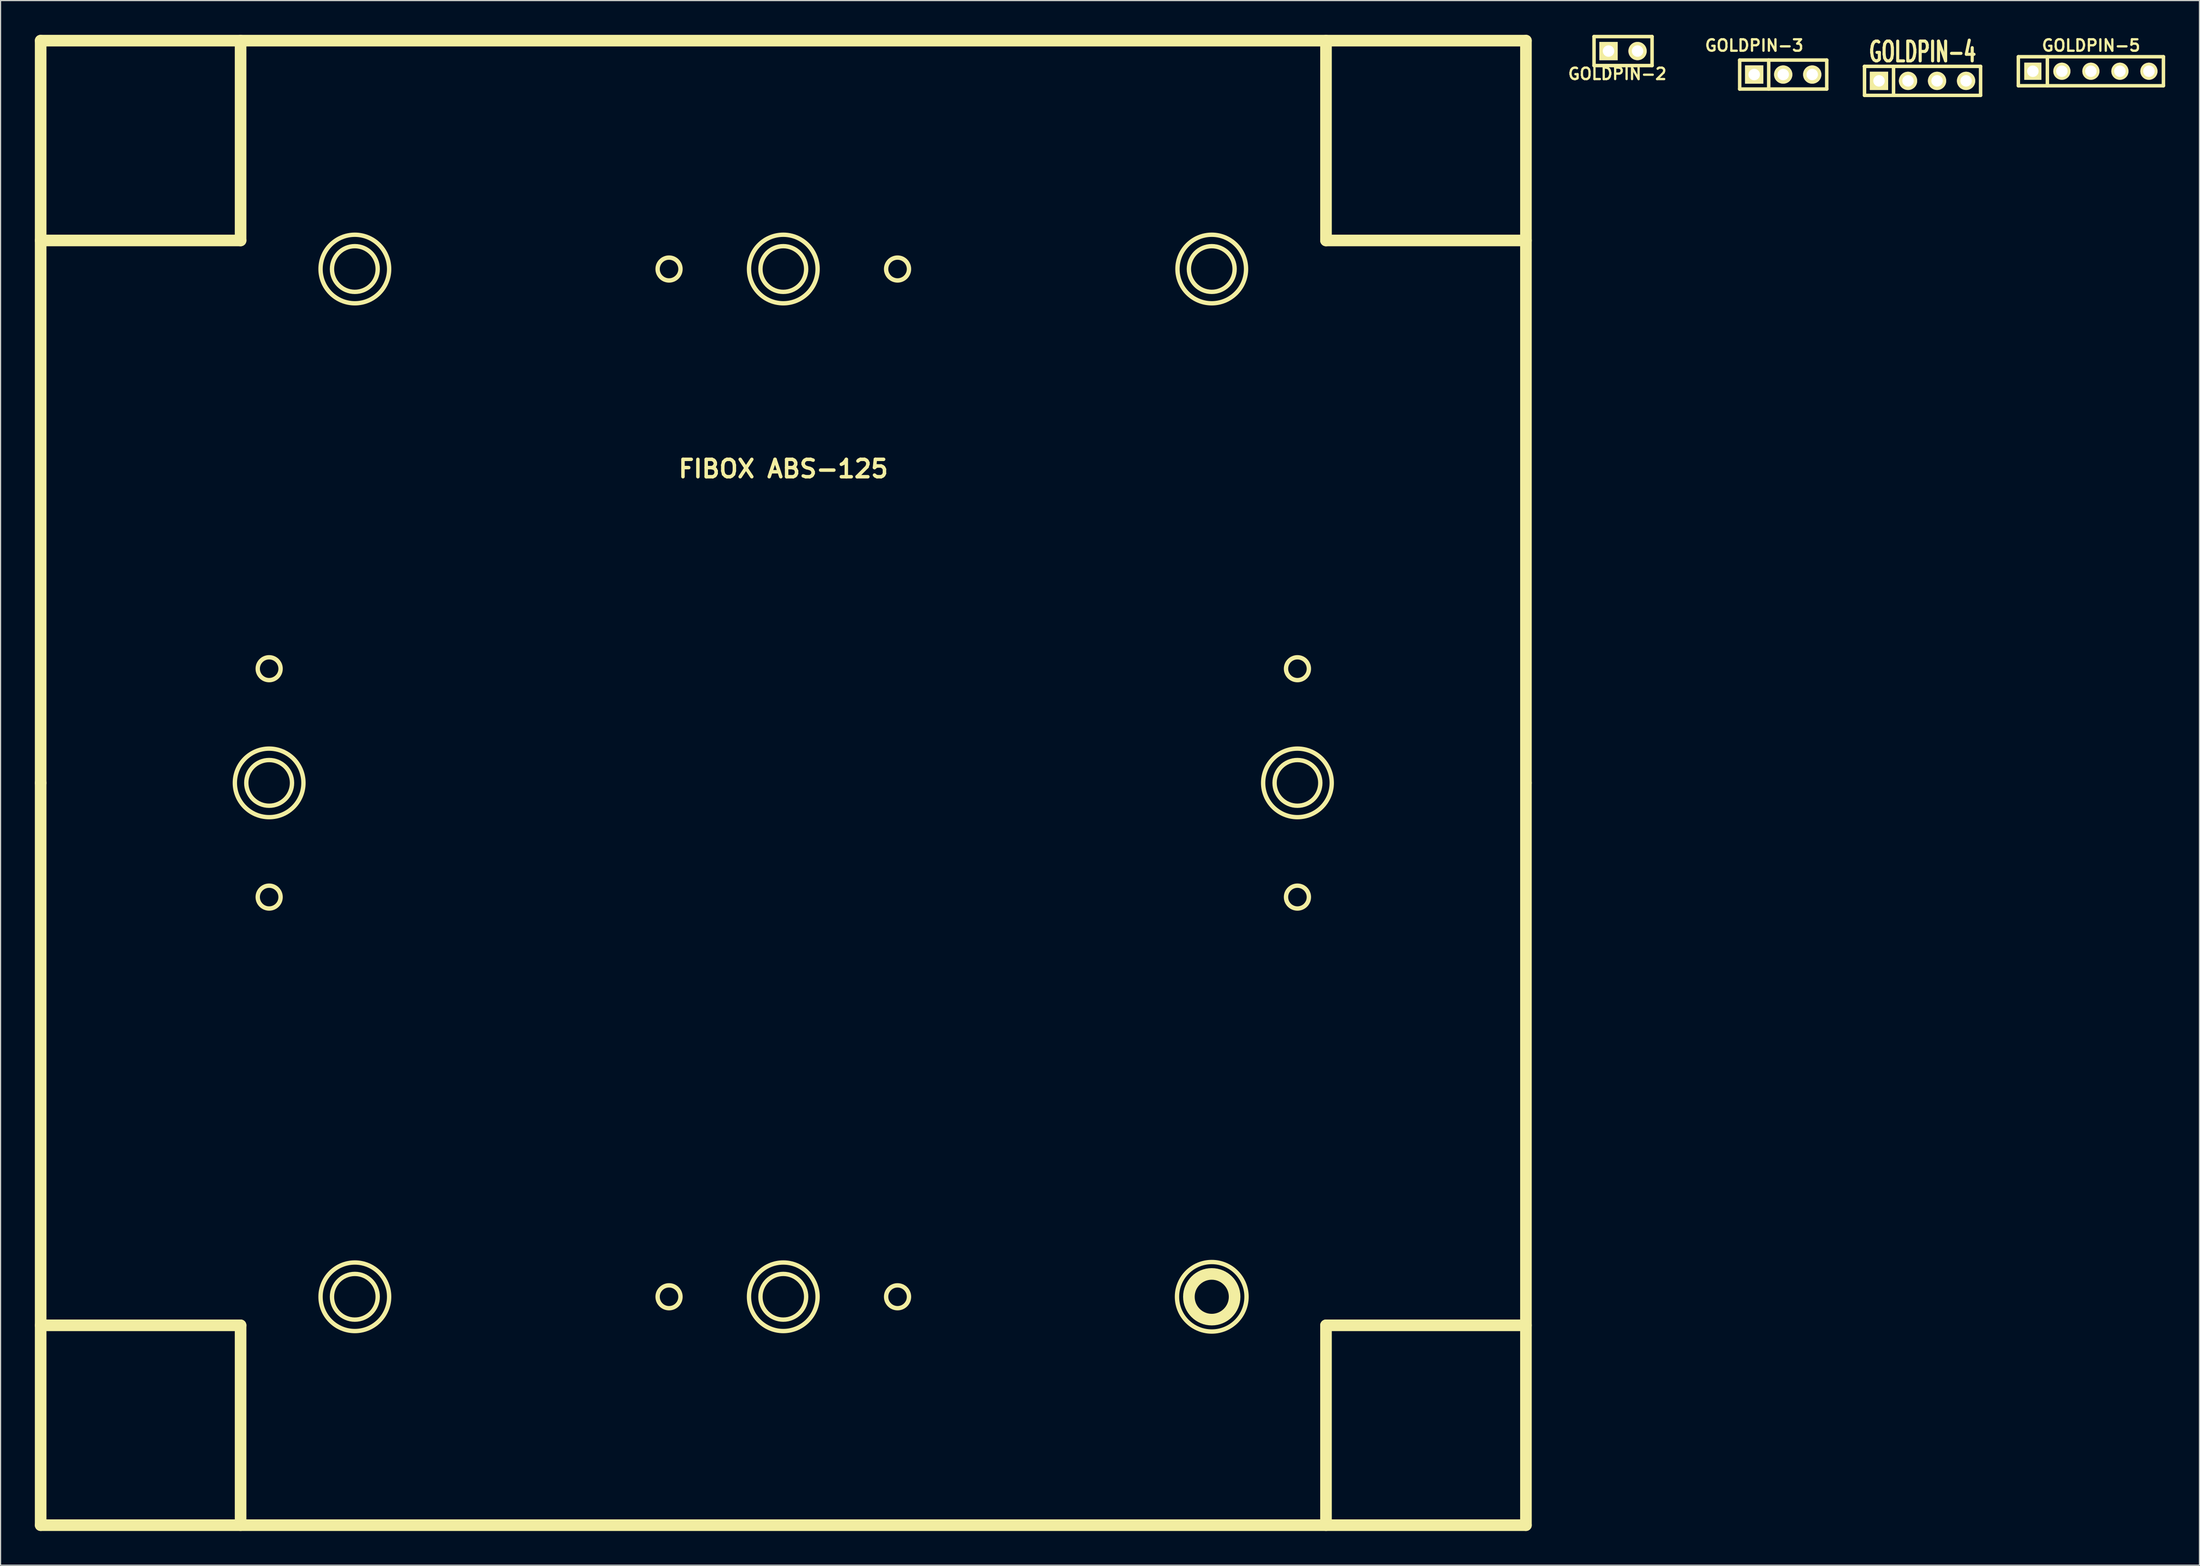
<source format=kicad_pcb>
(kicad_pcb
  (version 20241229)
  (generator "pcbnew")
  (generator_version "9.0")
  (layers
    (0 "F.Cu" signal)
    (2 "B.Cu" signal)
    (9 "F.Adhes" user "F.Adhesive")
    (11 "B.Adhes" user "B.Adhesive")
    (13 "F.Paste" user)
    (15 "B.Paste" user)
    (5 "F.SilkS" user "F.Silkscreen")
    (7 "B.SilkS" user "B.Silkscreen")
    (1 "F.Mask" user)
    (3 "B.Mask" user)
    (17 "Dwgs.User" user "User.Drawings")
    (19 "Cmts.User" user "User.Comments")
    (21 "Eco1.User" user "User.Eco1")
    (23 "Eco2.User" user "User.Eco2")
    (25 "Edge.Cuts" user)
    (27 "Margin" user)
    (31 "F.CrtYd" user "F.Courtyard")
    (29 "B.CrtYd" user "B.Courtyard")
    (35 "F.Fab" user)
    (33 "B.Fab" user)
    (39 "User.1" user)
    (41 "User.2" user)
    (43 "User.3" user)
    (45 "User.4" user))
  (footprint "FIBOX ABS-125"
    (layer "F.Cu")
    (at 65.509 65.509)
    (property "Reference" "FIBOX ABS-125" (at 0 -27.501 0) (layer "F.SilkS") (effects (font (size 1.524 1.524) (thickness 0.305))))
    (attr through_hole)
    (fp_line (start -65.001 -65.001) (end -65.001 0) (stroke (width 1.016) (type solid)) (layer "F.SilkS"))
    (fp_line (start -65.001 -47.501) (end -47.501 -47.501) (stroke (width 1.016) (type solid)) (layer "F.SilkS"))
    (fp_line (start -65.001 0) (end -65.001 65.001) (stroke (width 1.016) (type solid)) (layer "F.SilkS"))
    (fp_line (start -65.001 65.001) (end 65.001 65.001) (stroke (width 1.016) (type solid)) (layer "F.SilkS"))
    (fp_line (start -47.501 -47.501) (end -47.501 -65.001) (stroke (width 1.016) (type solid)) (layer "F.SilkS"))
    (fp_line (start -47.501 47.501) (end -65.001 47.501) (stroke (width 1.016) (type solid)) (layer "F.SilkS"))
    (fp_line (start -47.501 65.001) (end -47.501 47.501) (stroke (width 1.016) (type solid)) (layer "F.SilkS"))
    (fp_line (start 47.501 -65.001) (end 47.501 -47.501) (stroke (width 1.016) (type solid)) (layer "F.SilkS"))
    (fp_line (start 47.501 -47.501) (end 65.001 -47.501) (stroke (width 1.016) (type solid)) (layer "F.SilkS"))
    (fp_line (start 47.501 47.501) (end 65.001 47.501) (stroke (width 1.016) (type solid)) (layer "F.SilkS"))
    (fp_line (start 47.501 65.001) (end 47.501 47.501) (stroke (width 1.016) (type solid)) (layer "F.SilkS"))
    (fp_line (start 65.001 -65.001) (end -65.001 -65.001) (stroke (width 1.016) (type solid)) (layer "F.SilkS"))
    (fp_line (start 65.001 0) (end 65.001 -65.001) (stroke (width 1.016) (type solid)) (layer "F.SilkS"))
    (fp_line (start 65.001 65.001) (end 65.001 0) (stroke (width 1.016) (type solid)) (layer "F.SilkS"))
    (fp_circle (center -45.001 -10) (end -45.001 -8.999) (stroke (width 0.381) (type solid)) (fill no) (layer "F.SilkS"))
    (fp_circle (center -45.001 0) (end -43 0) (stroke (width 0.381) (type solid)) (fill no) (layer "F.SilkS"))
    (fp_circle (center -45.001 0) (end -41.999 0) (stroke (width 0.381) (type solid)) (fill no) (layer "F.SilkS"))
    (fp_circle (center -45.001 10) (end -45.001 8.999) (stroke (width 0.381) (type solid)) (fill no) (layer "F.SilkS"))
    (fp_circle (center -37.501 -45.001) (end -37.501 -43) (stroke (width 0.381) (type solid)) (fill no) (layer "F.SilkS"))
    (fp_circle (center -37.501 -45.001) (end -37.501 -41.999) (stroke (width 0.381) (type solid)) (fill no) (layer "F.SilkS"))
    (fp_circle (center -37.501 45.001) (end -37.501 41.999) (stroke (width 0.381) (type solid)) (fill no) (layer "F.SilkS"))
    (fp_circle (center -37.501 45.001) (end -37.501 43) (stroke (width 0.381) (type solid)) (fill no) (layer "F.SilkS"))
    (fp_circle (center -10 -45.001) (end -8.999 -45.001) (stroke (width 0.381) (type solid)) (fill no) (layer "F.SilkS"))
    (fp_circle (center -10 45.001) (end -8.999 45.001) (stroke (width 0.381) (type solid)) (fill no) (layer "F.SilkS"))
    (fp_circle (center 0 -45.001) (end 0 -43) (stroke (width 0.381) (type solid)) (fill no) (layer "F.SilkS"))
    (fp_circle (center 0 -45.001) (end 0 -41.999) (stroke (width 0.381) (type solid)) (fill no) (layer "F.SilkS"))
    (fp_circle (center 0 45.001) (end 0 41.999) (stroke (width 0.381) (type solid)) (fill no) (layer "F.SilkS"))
    (fp_circle (center 0 45.001) (end 0 43) (stroke (width 0.381) (type solid)) (fill no) (layer "F.SilkS"))
    (fp_circle (center 10 -45.001) (end 8.999 -45.001) (stroke (width 0.381) (type solid)) (fill no) (layer "F.SilkS"))
    (fp_circle (center 10 45.001) (end 8.999 45.001) (stroke (width 0.381) (type solid)) (fill no) (layer "F.SilkS"))
    (fp_circle (center 37.501 -45.001) (end 37.501 -43) (stroke (width 0.381) (type solid)) (fill no) (layer "F.SilkS"))
    (fp_circle (center 37.501 -45.001) (end 37.501 -41.999) (stroke (width 0.381) (type solid)) (fill no) (layer "F.SilkS"))
    (fp_circle (center 37.501 45.001) (end 37.501 43) (stroke (width 1.016) (type solid)) (fill no) (layer "F.SilkS"))
    (fp_circle (center 37.501 45.001) (end 38.001 41.999) (stroke (width 0.381) (type solid)) (fill no) (layer "F.SilkS"))
    (fp_circle (center 45.001 -10) (end 45.001 -8.999) (stroke (width 0.381) (type solid)) (fill no) (layer "F.SilkS"))
    (fp_circle (center 45.001 0) (end 41.999 0) (stroke (width 0.381) (type solid)) (fill no) (layer "F.SilkS"))
    (fp_circle (center 45.001 0) (end 43 0) (stroke (width 0.381) (type solid)) (fill no) (layer "F.SilkS"))
    (fp_circle (center 45.001 10) (end 45.001 8.999) (stroke (width 0.381) (type solid)) (fill no) (layer "F.SilkS")))
  (footprint "GOLDPIN-5"
    (layer "F.Cu")
    (at 179.975 3.188)
    (property "Reference" "GOLDPIN-5" (at 0 -2.25 0) (layer "F.SilkS") (effects (font (size 1.001 1.001) (thickness 0.201))))
    (attr through_hole)
    (fp_line (start -6.368 -1.27) (end 6.332 -1.27) (stroke (width 0.305) (type solid)) (layer "F.SilkS"))
    (fp_line (start -6.368 1.27) (end -6.368 -1.27) (stroke (width 0.305) (type solid)) (layer "F.SilkS"))
    (fp_line (start -3.828 1.27) (end -3.828 -1.27) (stroke (width 0.305) (type solid)) (layer "F.SilkS"))
    (fp_line (start 6.332 -1.27) (end 6.332 1.27) (stroke (width 0.305) (type solid)) (layer "F.SilkS"))
    (fp_line (start 6.332 1.27) (end -6.368 1.27) (stroke (width 0.305) (type solid)) (layer "F.SilkS"))
    (pad "1" thru_hole rect (at -5.098 0) (size 1.501 1.501) (drill 1.001) (layers "*.Cu" "*.Mask" "F.SilkS"))
    (pad "2" thru_hole circle (at -2.558 0) (size 1.501 1.501) (drill 1.001) (layers "*.Cu" "*.Mask" "F.SilkS"))
    (pad "3" thru_hole circle (at -0.018 0) (size 1.501 1.501) (drill 1.001) (layers "*.Cu" "*.Mask" "F.SilkS"))
    (pad "4" thru_hole circle (at 2.522 0) (size 1.501 1.501) (drill 1.001) (layers "*.Cu" "*.Mask" "F.SilkS"))
    (pad "5" thru_hole circle (at 5.062 0) (size 1.501 1.501) (drill 1.001) (layers "*.Cu" "*.Mask" "F.SilkS")))
  (footprint "GOLDPIN-4"
    (layer "F.Cu")
    (at 165.223 4.032)
    (property "Reference" "GOLDPIN-4" (at 0 -2.54 0) (layer "F.SilkS") (effects (font (size 1.735 1.087) (thickness 0.272))))
    (attr through_hole)
    (fp_line (start -5.08 -1.27) (end -5.08 -1.27) (stroke (width 0.305) (type solid)) (layer "F.SilkS"))
    (fp_line (start -5.08 -1.27) (end -5.08 -1.27) (stroke (width 0.305) (type solid)) (layer "F.SilkS"))
    (fp_line (start -5.08 -1.27) (end 5.08 -1.27) (stroke (width 0.305) (type solid)) (layer "F.SilkS"))
    (fp_line (start -5.08 1.27) (end -5.08 -1.27) (stroke (width 0.305) (type solid)) (layer "F.SilkS"))
    (fp_line (start -2.54 1.27) (end -2.54 -1.27) (stroke (width 0.305) (type solid)) (layer "F.SilkS"))
    (fp_line (start 5.08 -1.27) (end 5.08 1.27) (stroke (width 0.305) (type solid)) (layer "F.SilkS"))
    (fp_line (start 5.08 1.27) (end -5.08 1.27) (stroke (width 0.305) (type solid)) (layer "F.SilkS"))
    (pad "1" thru_hole rect (at -3.81 0) (size 1.6 1.6) (drill 1.001) (layers "*.Cu" "*.Mask" "F.SilkS"))
    (pad "2" thru_hole circle (at -1.27 0) (size 1.6 1.6) (drill 1.001) (layers "*.Cu" "*.Mask" "F.SilkS"))
    (pad "3" thru_hole circle (at 1.27 0) (size 1.6 1.6) (drill 1.001) (layers "*.Cu" "*.Mask" "F.SilkS"))
    (pad "4" thru_hole circle (at 3.81 0) (size 1.6 1.6) (drill 1.001) (layers "*.Cu" "*.Mask" "F.SilkS")))
  (footprint "GOLDPIN-2"
    (layer "F.Cu")
    (at 139.009 1.422)
    (property "Reference" "GOLDPIN-2" (at -0.5 1.999 0) (layer "F.SilkS") (effects (font (size 1.001 1.001) (thickness 0.201))))
    (attr through_hole)
    (fp_line (start -2.54 -1.27) (end 2.54 -1.27) (stroke (width 0.305) (type solid)) (layer "F.SilkS"))
    (fp_line (start -2.54 1.27) (end -2.54 -1.27) (stroke (width 0.305) (type solid)) (layer "F.SilkS"))
    (fp_line (start 2.54 -1.27) (end 2.54 1.27) (stroke (width 0.305) (type solid)) (layer "F.SilkS"))
    (fp_line (start 2.54 1.27) (end -2.54 1.27) (stroke (width 0.305) (type solid)) (layer "F.SilkS"))
    (pad "1" thru_hole rect (at -1.27 0) (size 1.6 1.6) (drill 1.001) (layers "*.Cu" "*.Mask" "F.SilkS"))
    (pad "2" thru_hole circle (at 1.27 0) (size 1.6 1.6) (drill 1.001) (layers "*.Cu" "*.Mask" "F.SilkS")))
  (footprint "GOLDPIN-3"
    (layer "F.Cu")
    (at 153.028 3.478)
    (property "Reference" "GOLDPIN-3" (at -2.54 -2.54 0) (layer "F.SilkS") (effects (font (size 1.001 1.001) (thickness 0.201))))
    (attr through_hole)
    (fp_line (start -3.81 -1.27) (end 3.81 -1.27) (stroke (width 0.305) (type solid)) (layer "F.SilkS"))
    (fp_line (start -3.81 1.27) (end -3.81 -1.27) (stroke (width 0.305) (type solid)) (layer "F.SilkS"))
    (fp_line (start -1.27 -1.27) (end -1.27 1.27) (stroke (width 0.305) (type solid)) (layer "F.SilkS"))
    (fp_line (start 3.81 -1.27) (end 3.81 1.27) (stroke (width 0.305) (type solid)) (layer "F.SilkS"))
    (fp_line (start 3.81 1.27) (end -3.81 1.27) (stroke (width 0.305) (type solid)) (layer "F.SilkS"))
    (pad "1" thru_hole rect (at -2.54 0) (size 1.6 1.6) (drill 1.001) (layers "*.Cu" "*.Mask" "F.SilkS"))
    (pad "2" thru_hole circle (at 0 0) (size 1.6 1.6) (drill 1.001) (layers "*.Cu" "*.Mask" "F.SilkS"))
    (pad "3" thru_hole circle (at 2.54 0) (size 1.6 1.6) (drill 1.001) (layers "*.Cu" "*.Mask" "F.SilkS")))
  (gr_rect
    (start -3 -3)
    (end 189.46 134.018)
    (stroke (width 0.1) (type default))
    (fill no)
    (layer "Edge.Cuts")))
</source>
